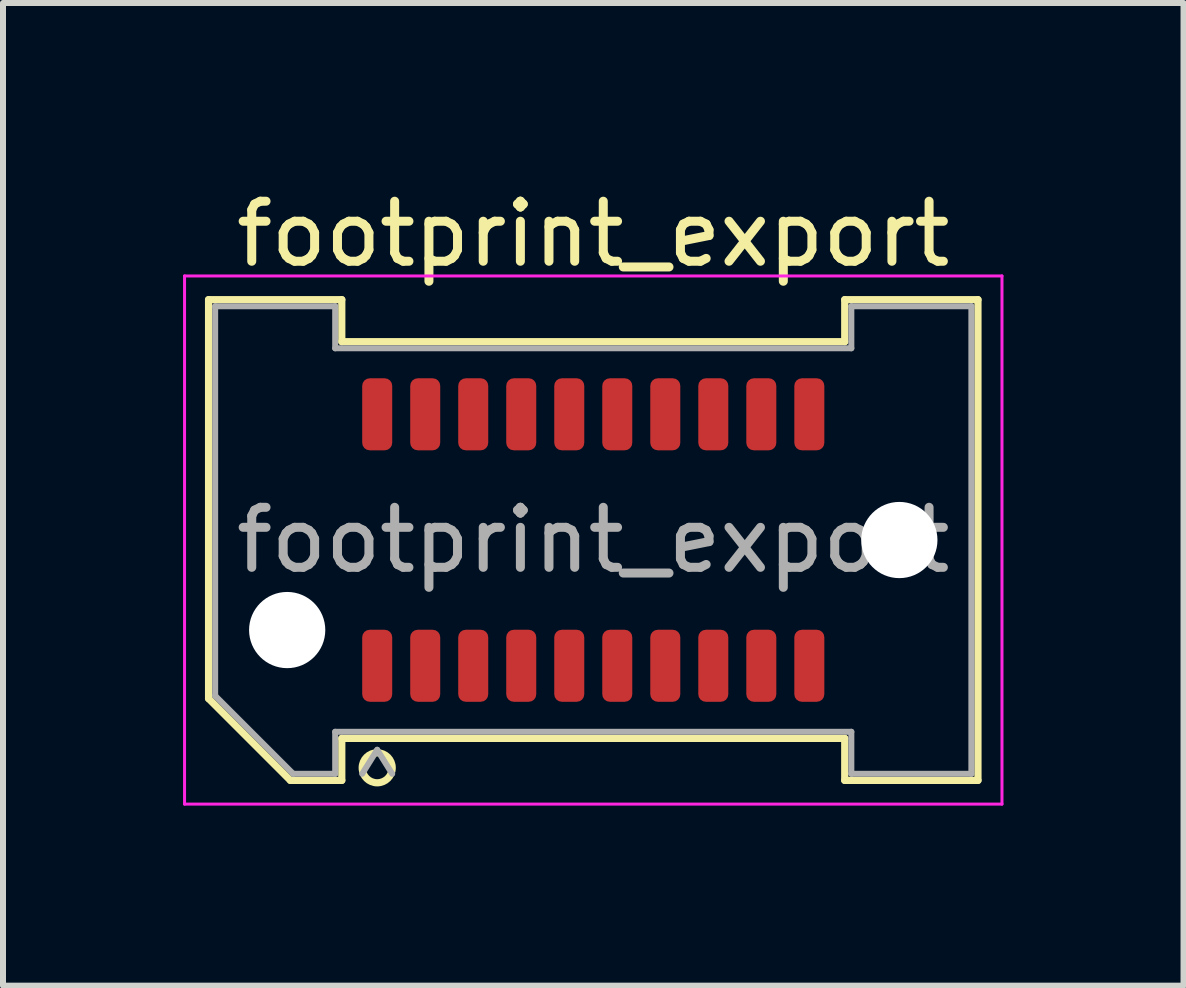
<source format=kicad_pcb>
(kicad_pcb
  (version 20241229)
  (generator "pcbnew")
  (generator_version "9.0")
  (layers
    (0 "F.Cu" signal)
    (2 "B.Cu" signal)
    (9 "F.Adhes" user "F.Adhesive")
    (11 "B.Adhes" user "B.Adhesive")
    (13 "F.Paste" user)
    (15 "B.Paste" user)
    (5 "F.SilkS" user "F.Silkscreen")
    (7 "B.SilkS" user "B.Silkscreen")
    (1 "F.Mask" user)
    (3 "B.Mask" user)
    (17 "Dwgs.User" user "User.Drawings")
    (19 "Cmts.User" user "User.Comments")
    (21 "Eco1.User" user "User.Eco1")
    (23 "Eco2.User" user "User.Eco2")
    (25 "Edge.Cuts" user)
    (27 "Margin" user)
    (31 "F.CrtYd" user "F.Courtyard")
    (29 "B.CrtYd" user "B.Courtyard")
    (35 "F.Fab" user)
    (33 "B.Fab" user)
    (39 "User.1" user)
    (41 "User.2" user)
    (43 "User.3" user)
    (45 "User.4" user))
  (footprint "footprint_export"
    (layer "F.Cu")
    (at 6.835 5.948)
    (property "Reference" "footprint_export" (at 0 -5.1 0) (layer "F.SilkS") (effects (font (size 1 1) (thickness 0.15))))
    (attr smd)
    (fp_line (start -6.41 -4.005) (end -4.19 -4.005) (stroke (width 0.12) (type solid)) (layer "F.SilkS"))
    (fp_line (start -6.41 2.641) (end -6.41 -4.005) (stroke (width 0.12) (type solid)) (layer "F.SilkS"))
    (fp_line (start -5.046 4.005) (end -6.41 2.641) (stroke (width 0.12) (type solid)) (layer "F.SilkS"))
    (fp_line (start -4.19 -4.005) (end -4.19 -3.305) (stroke (width 0.12) (type solid)) (layer "F.SilkS"))
    (fp_line (start -4.19 -3.305) (end 4.19 -3.305) (stroke (width 0.12) (type solid)) (layer "F.SilkS"))
    (fp_line (start -4.19 3.305) (end -4.19 4.005) (stroke (width 0.12) (type solid)) (layer "F.SilkS"))
    (fp_line (start -4.19 4.005) (end -5.046 4.005) (stroke (width 0.12) (type solid)) (layer "F.SilkS"))
    (fp_line (start 4.19 -4.005) (end 6.41 -4.005) (stroke (width 0.12) (type solid)) (layer "F.SilkS"))
    (fp_line (start 4.19 -3.305) (end 4.19 -4.005) (stroke (width 0.12) (type solid)) (layer "F.SilkS"))
    (fp_line (start 4.19 3.305) (end -4.19 3.305) (stroke (width 0.12) (type solid)) (layer "F.SilkS"))
    (fp_line (start 4.19 4.005) (end 4.19 3.305) (stroke (width 0.12) (type solid)) (layer "F.SilkS"))
    (fp_line (start 6.41 -4.005) (end 6.41 4.005) (stroke (width 0.12) (type solid)) (layer "F.SilkS"))
    (fp_line (start 6.41 4.005) (end 4.19 4.005) (stroke (width 0.12) (type solid)) (layer "F.SilkS"))
    (fp_arc (start -3.35 3.795) (mid -3.85 3.795) (end -3.35 3.795) (stroke (width 0.12) (type solid)) (layer "F.SilkS"))
    (fp_line (start -6.81 -4.4) (end -6.81 4.4) (stroke (width 0.05) (type solid)) (layer "F.CrtYd"))
    (fp_line (start -6.81 4.4) (end 6.81 4.4) (stroke (width 0.05) (type solid)) (layer "F.CrtYd"))
    (fp_line (start 6.81 -4.4) (end -6.81 -4.4) (stroke (width 0.05) (type solid)) (layer "F.CrtYd"))
    (fp_line (start 6.81 4.4) (end 6.81 -4.4) (stroke (width 0.05) (type solid)) (layer "F.CrtYd"))
    (fp_line (start -6.3 -3.895) (end -4.3 -3.895) (stroke (width 0.1) (type solid)) (layer "F.Fab"))
    (fp_line (start -6.3 2.595) (end -6.3 -3.895) (stroke (width 0.1) (type solid)) (layer "F.Fab"))
    (fp_line (start -5 3.895) (end -6.3 2.595) (stroke (width 0.1) (type solid)) (layer "F.Fab"))
    (fp_line (start -4.3 -3.895) (end -4.3 -3.195) (stroke (width 0.1) (type solid)) (layer "F.Fab"))
    (fp_line (start -4.3 -3.195) (end 4.3 -3.195) (stroke (width 0.1) (type solid)) (layer "F.Fab"))
    (fp_line (start -4.3 3.195) (end -4.3 3.895) (stroke (width 0.1) (type solid)) (layer "F.Fab"))
    (fp_line (start -4.3 3.895) (end -5 3.895) (stroke (width 0.1) (type solid)) (layer "F.Fab"))
    (fp_line (start -3.6 3.495) (end -3.85 3.895) (stroke (width 0.1) (type solid)) (layer "F.Fab"))
    (fp_line (start -3.6 3.495) (end -3.35 3.895) (stroke (width 0.1) (type solid)) (layer "F.Fab"))
    (fp_line (start 4.3 -3.895) (end 6.3 -3.895) (stroke (width 0.1) (type solid)) (layer "F.Fab"))
    (fp_line (start 4.3 -3.195) (end 4.3 -3.895) (stroke (width 0.1) (type solid)) (layer "F.Fab"))
    (fp_line (start 4.3 3.195) (end -4.3 3.195) (stroke (width 0.1) (type solid)) (layer "F.Fab"))
    (fp_line (start 4.3 3.895) (end 4.3 3.195) (stroke (width 0.1) (type solid)) (layer "F.Fab"))
    (fp_line (start 6.3 -3.895) (end 6.3 3.895) (stroke (width 0.1) (type solid)) (layer "F.Fab"))
    (fp_line (start 6.3 3.895) (end 4.3 3.895) (stroke (width 0.1) (type solid)) (layer "F.Fab"))
    (fp_text user "${REFERENCE}" (at 0 0 0) (layer "F.Fab") (effects (font (size 1 1) (thickness 0.15))))
    (pad "" np_thru_hole circle (at -5.1 1.5) (size 1.27 1.27) (drill 1.27) (layers "*.Cu" "*.Mask"))
    (pad "" np_thru_hole circle (at 5.1 0) (size 1.27 1.27) (drill 1.27) (layers "*.Cu" "*.Mask"))
    (pad "1" smd roundrect (at -3.6 2.095) (size 0.5 1.2) (layers "F.Cu" "F.Mask" "F.Paste") (roundrect_rratio 0.25))
    (pad "2" smd roundrect (at -3.6 -2.095) (size 0.5 1.2) (layers "F.Cu" "F.Mask" "F.Paste") (roundrect_rratio 0.25))
    (pad "3" smd roundrect (at -2.8 2.095) (size 0.5 1.2) (layers "F.Cu" "F.Mask" "F.Paste") (roundrect_rratio 0.25))
    (pad "4" smd roundrect (at -2.8 -2.095) (size 0.5 1.2) (layers "F.Cu" "F.Mask" "F.Paste") (roundrect_rratio 0.25))
    (pad "5" smd roundrect (at -2 2.095) (size 0.5 1.2) (layers "F.Cu" "F.Mask" "F.Paste") (roundrect_rratio 0.25))
    (pad "6" smd roundrect (at -2 -2.095) (size 0.5 1.2) (layers "F.Cu" "F.Mask" "F.Paste") (roundrect_rratio 0.25))
    (pad "7" smd roundrect (at -1.2 2.095) (size 0.5 1.2) (layers "F.Cu" "F.Mask" "F.Paste") (roundrect_rratio 0.25))
    (pad "8" smd roundrect (at -1.2 -2.095) (size 0.5 1.2) (layers "F.Cu" "F.Mask" "F.Paste") (roundrect_rratio 0.25))
    (pad "9" smd roundrect (at -0.4 2.095) (size 0.5 1.2) (layers "F.Cu" "F.Mask" "F.Paste") (roundrect_rratio 0.25))
    (pad "10" smd roundrect (at -0.4 -2.095) (size 0.5 1.2) (layers "F.Cu" "F.Mask" "F.Paste") (roundrect_rratio 0.25))
    (pad "11" smd roundrect (at 0.4 2.095) (size 0.5 1.2) (layers "F.Cu" "F.Mask" "F.Paste") (roundrect_rratio 0.25))
    (pad "12" smd roundrect (at 0.4 -2.095) (size 0.5 1.2) (layers "F.Cu" "F.Mask" "F.Paste") (roundrect_rratio 0.25))
    (pad "13" smd roundrect (at 1.2 2.095) (size 0.5 1.2) (layers "F.Cu" "F.Mask" "F.Paste") (roundrect_rratio 0.25))
    (pad "14" smd roundrect (at 1.2 -2.095) (size 0.5 1.2) (layers "F.Cu" "F.Mask" "F.Paste") (roundrect_rratio 0.25))
    (pad "15" smd roundrect (at 2 2.095) (size 0.5 1.2) (layers "F.Cu" "F.Mask" "F.Paste") (roundrect_rratio 0.25))
    (pad "16" smd roundrect (at 2 -2.095) (size 0.5 1.2) (layers "F.Cu" "F.Mask" "F.Paste") (roundrect_rratio 0.25))
    (pad "17" smd roundrect (at 2.8 2.095) (size 0.5 1.2) (layers "F.Cu" "F.Mask" "F.Paste") (roundrect_rratio 0.25))
    (pad "18" smd roundrect (at 2.8 -2.095) (size 0.5 1.2) (layers "F.Cu" "F.Mask" "F.Paste") (roundrect_rratio 0.25))
    (pad "19" smd roundrect (at 3.6 2.095) (size 0.5 1.2) (layers "F.Cu" "F.Mask" "F.Paste") (roundrect_rratio 0.25))
    (pad "20" smd roundrect (at 3.6 -2.095) (size 0.5 1.2) (layers "F.Cu" "F.Mask" "F.Paste") (roundrect_rratio 0.25)))
  (gr_rect
    (start -3 -3)
    (end 16.67 13.373)
    (stroke (width 0.1) (type default))
    (fill no)
    (layer "Edge.Cuts")))
</source>
